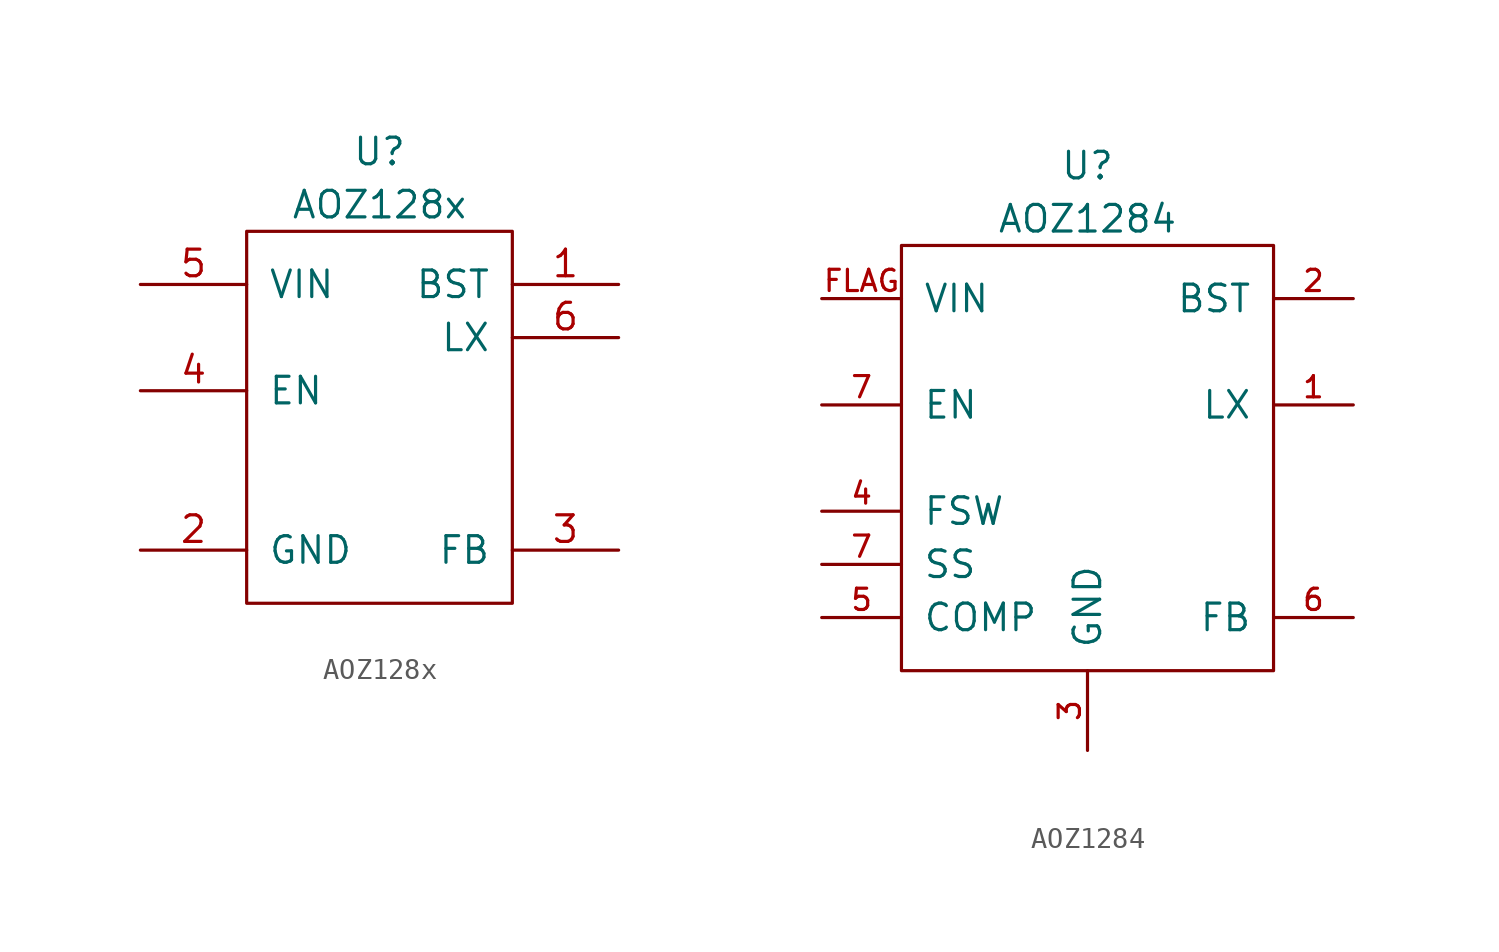
<source format=kicad_sym>
(kicad_symbol_lib
  (version 20211014)
  (generator kicad_symbol_editor)
  (symbol "AOZ128x"
    (pin_names
      (offset 1.016))
    (property "Reference" "U"
      (at 0 12.7 0)
      (effects (font (size 1.27 1.27))))
    (property "Value" "AOZ128x"
      (at 0 10.16 0)
      (effects (font (size 1.27 1.27))))
    (symbol "AOZ128x_0_1"
      (rectangle (start -6.35 8.89) (end 6.35 -8.89) (stroke (width 0) (type default) (color 0 0 0 0)) (fill (type none))))
    (symbol "AOZ128x_1_1"
      (pin passive line (at 11.43 6.35 180) (length 5.08) (name "BST" (effects (font (size 1.27 1.27)))) (number "1" (effects (font (size 1.27 1.27)))))
      (pin power_in line (at -11.43 -6.35 0) (length 5.08) (name "GND" (effects (font (size 1.27 1.27)))) (number "2" (effects (font (size 1.27 1.27)))))
      (pin passive line (at 11.43 -6.35 180) (length 5.08) (name "FB" (effects (font (size 1.27 1.27)))) (number "3" (effects (font (size 1.27 1.27)))))
      (pin input line (at -11.43 1.27 0) (length 5.08) (name "EN" (effects (font (size 1.27 1.27)))) (number "4" (effects (font (size 1.27 1.27)))))
      (pin power_in line (at -11.43 6.35 0) (length 5.08) (name "VIN" (effects (font (size 1.27 1.27)))) (number "5" (effects (font (size 1.27 1.27)))))
      (pin passive line (at 11.43 3.81 180) (length 5.08) (name "LX" (effects (font (size 1.27 1.27)))) (number "6" (effects (font (size 1.27 1.27)))))))
  (symbol "AOZ1284"
    (pin_names
      (offset 1.016))
    (property "Reference" "U"
      (at 0 13.97 0)
      (effects (font (size 1.27 1.27))))
    (property "Value" "AOZ1284"
      (at 0 11.43 0)
      (effects (font (size 1.27 1.27))))
    (symbol "AOZ1284_0_1"
      (rectangle (start -8.89 10.16) (end 8.89 -10.16) (stroke (width 0) (type default) (color 0 0 0 0)) (fill (type none))))
    (symbol "AOZ1284_1_1"
      (pin passive line (at 12.7 2.54 180) (length 3.81) (name "LX" (effects (font (size 1.27 1.27)))) (number "1" (effects (font (size 1.016 1.016)))))
      (pin passive line (at 12.7 7.62 180) (length 3.81) (name "BST" (effects (font (size 1.27 1.27)))) (number "2" (effects (font (size 1.016 1.016)))))
      (pin power_in line (at 0 -13.97 90) (length 3.81) (name "GND" (effects (font (size 1.27 1.27)))) (number "3" (effects (font (size 1.016 1.016)))))
      (pin passive line (at -12.7 -2.54 0) (length 3.81) (name "FSW" (effects (font (size 1.27 1.27)))) (number "4" (effects (font (size 1.016 1.016)))))
      (pin passive line (at -12.7 -7.62 0) (length 3.81) (name "COMP" (effects (font (size 1.27 1.27)))) (number "5" (effects (font (size 1.016 1.016)))))
      (pin passive line (at 12.7 -7.62 180) (length 3.81) (name "FB" (effects (font (size 1.27 1.27)))) (number "6" (effects (font (size 1.016 1.016)))))
      (pin input line (at -12.7 2.54 0) (length 3.81) (name "EN" (effects (font (size 1.27 1.27)))) (number "7" (effects (font (size 1.016 1.016)))))
      (pin passive line (at -12.7 -5.08 0) (length 3.81) (name "SS" (effects (font (size 1.27 1.27)))) (number "7" (effects (font (size 1.016 1.016)))))
      (pin power_in line (at -12.7 7.62 0) (length 3.81) (name "VIN" (effects (font (size 1.27 1.27)))) (number "FLAG" (effects (font (size 1.016 1.016))))))))
</source>
